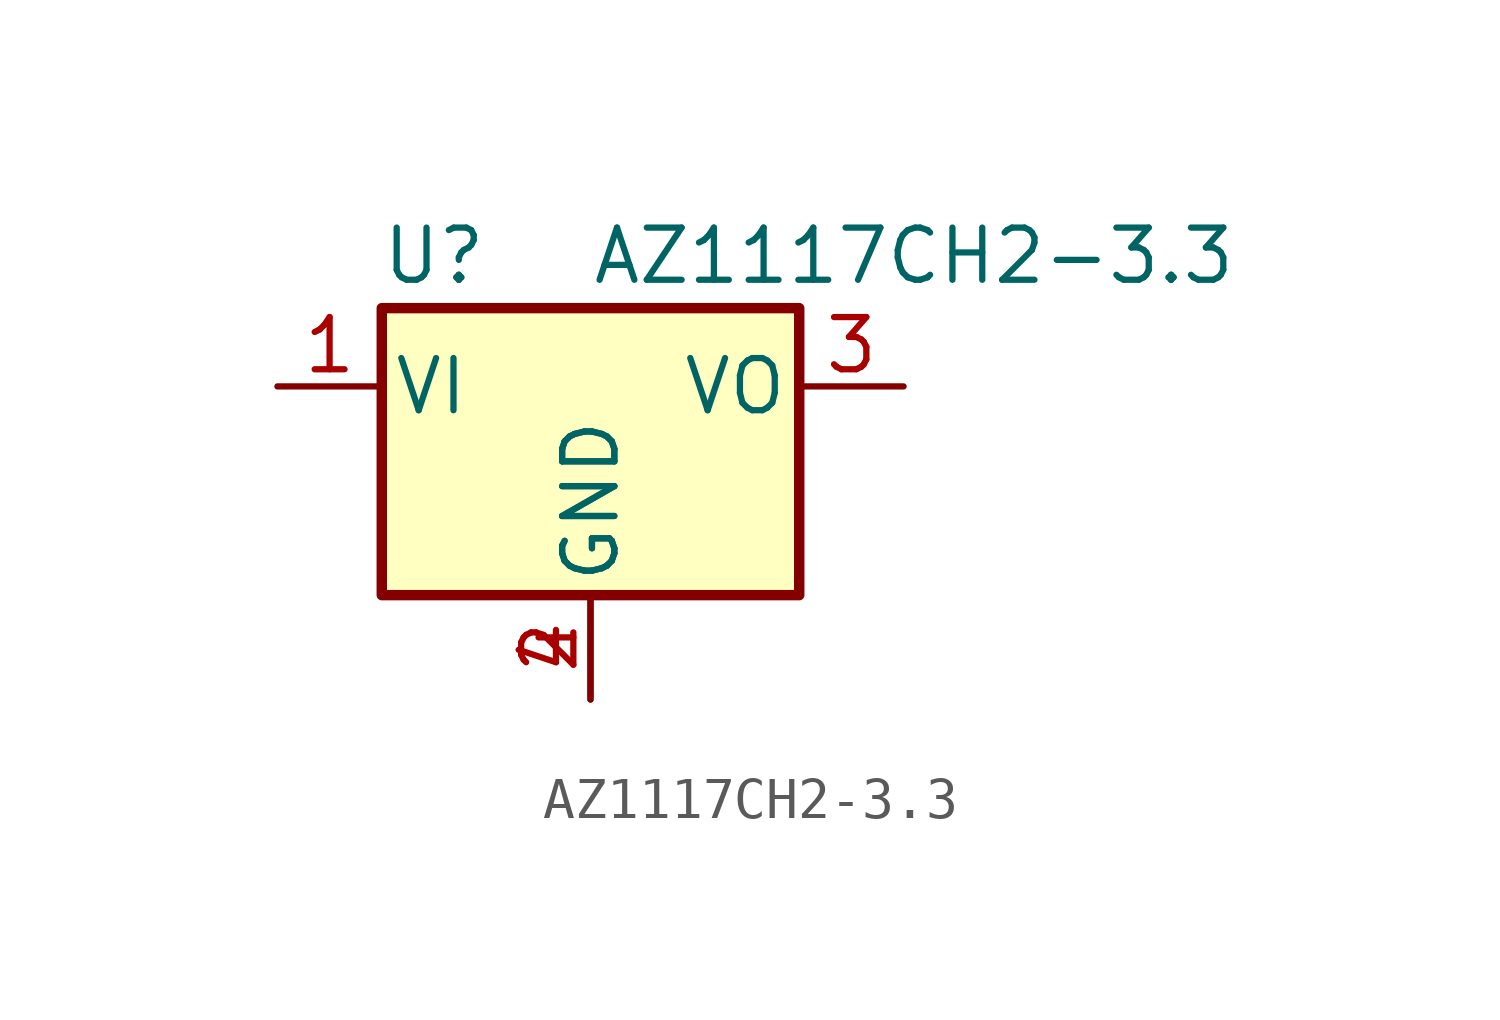
<source format=kicad_sym>
(kicad_symbol_lib
  (version 20220914)
  (generator kicad_symbol_editor)
  (symbol "AZ1117CH2-3.3"
    (pin_names
      (offset 0.254))
    (property "Reference" "U"
      (at -3.81 3.175 0)
      (effects (font (size 1.27 1.27))))
    (property "Value" "AZ1117CH2-3.3"
      (at 0 3.175 0)
      (effects (font (size 1.27 1.27)) (justify left)))
    (symbol "AZ1117CH2-3.3_0_1"
      (rectangle (start -5.08 1.905) (end 5.08 -5.08) (stroke (width 0.254) (type default)) (fill (type background))))
    (symbol "AZ1117CH2-3.3_1_1"
      (pin power_in line (at -7.62 0 0) (length 2.54) (name "VI" (effects (font (size 1.27 1.27)))) (number "1" (effects (font (size 1.27 1.27)))))
      (pin power_in line (at 0 -7.62 90) (length 2.54) (name "GND" (effects (font (size 1.27 1.27)))) (number "2" (effects (font (size 1.27 1.27)))))
      (pin power_out line (at 7.62 0 180) (length 2.54) (name "VO" (effects (font (size 1.27 1.27)))) (number "3" (effects (font (size 1.27 1.27)))))
      (pin power_in line (at 0 -7.62 90) (length 2.54) (name "GND" (effects (font (size 1.27 1.27)))) (number "4" (effects (font (size 1.27 1.27))))))))
</source>
